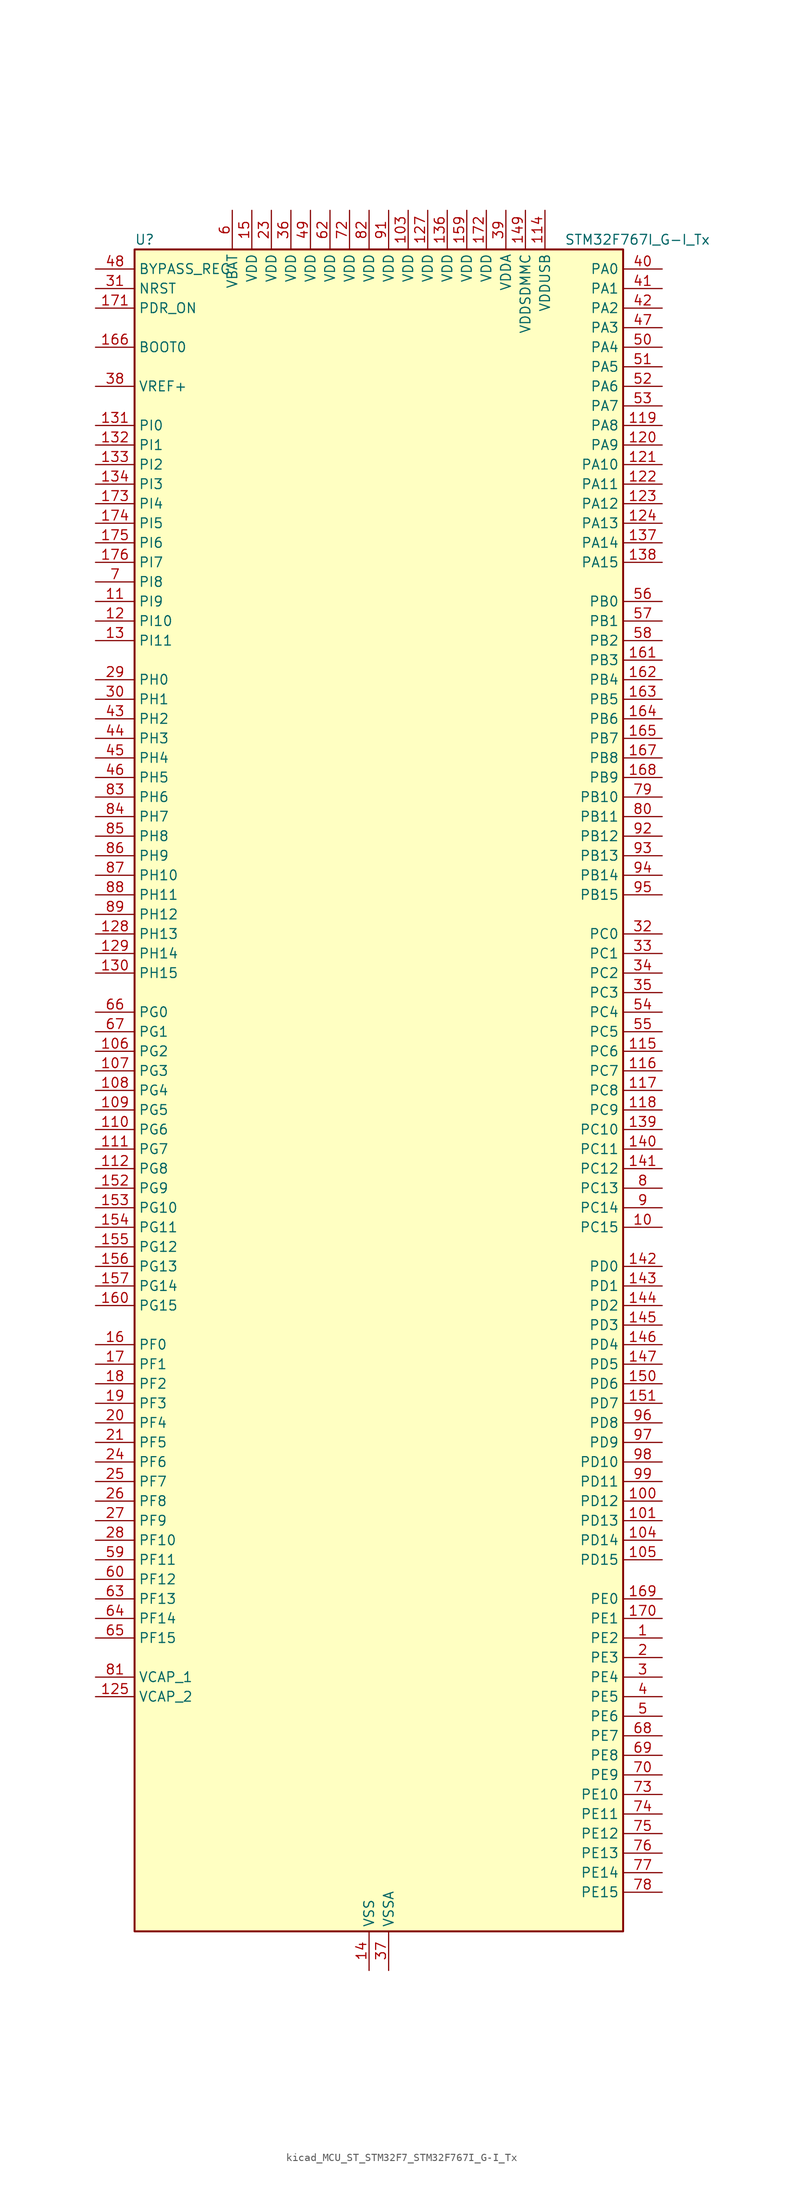
<source format=kicad_sym>
(kicad_symbol_lib
  (version 20220914)
  (generator kicad_symbol_editor)
  (symbol "kicad_MCU_ST_STM32F7_STM32F767I_G-I_Tx"
    (property "Reference" "U"
      (at -30.48 110.49 0)
      (effects (font (size 1.27 1.27)) (justify left)))
    (property "Value" "STM32F767I_G-I_Tx"
      (at 25.4 110.49 0)
      (effects (font (size 1.27 1.27)) (justify left)))
    (property "ki_locked" ""
      (at 0 0 0)
      (effects (font (size 1.27 1.27))))
    (symbol "kicad_MCU_ST_STM32F7_STM32F767I_G-I_Tx_0_1"
      (rectangle (start -30.48 -109.22) (end 33.02 109.22) (stroke (width 0.254) (type default)) (fill (type background))))
    (symbol "kicad_MCU_ST_STM32F7_STM32F767I_G-I_Tx_1_1"
      (pin bidirectional line (at 38.1 -71.12 180) (length 5.08) (name "PE2" (effects (font (size 1.27 1.27)))) (number "1" (effects (font (size 1.27 1.27)))) (alternate "ETH_TXD3" bidirectional line) (alternate "FMC_A23" bidirectional line) (alternate "QUADSPI_BK1_IO2" bidirectional line) (alternate "SAI1_MCLK_A" bidirectional line) (alternate "SPI4_SCK" bidirectional line) (alternate "SYS_TRACECLK" bidirectional line))
      (pin bidirectional line (at 38.1 -17.78 180) (length 5.08) (name "PC15" (effects (font (size 1.27 1.27)))) (number "10" (effects (font (size 1.27 1.27)))) (alternate "RCC_OSC32_OUT" bidirectional line))
      (pin bidirectional line (at 38.1 -53.34 180) (length 5.08) (name "PD12" (effects (font (size 1.27 1.27)))) (number "100" (effects (font (size 1.27 1.27)))) (alternate "FMC_A17" bidirectional line) (alternate "FMC_ALE" bidirectional line) (alternate "I2C4_SCL" bidirectional line) (alternate "LPTIM1_IN1" bidirectional line) (alternate "QUADSPI_BK1_IO1" bidirectional line) (alternate "SAI2_FS_A" bidirectional line) (alternate "TIM4_CH1" bidirectional line) (alternate "USART3_DE" bidirectional line) (alternate "USART3_RTS" bidirectional line))
      (pin bidirectional line (at 38.1 -55.88 180) (length 5.08) (name "PD13" (effects (font (size 1.27 1.27)))) (number "101" (effects (font (size 1.27 1.27)))) (alternate "FMC_A18" bidirectional line) (alternate "I2C4_SDA" bidirectional line) (alternate "LPTIM1_OUT" bidirectional line) (alternate "QUADSPI_BK1_IO3" bidirectional line) (alternate "SAI2_SCK_A" bidirectional line) (alternate "TIM4_CH2" bidirectional line))
      (pin passive line (at 0 -114.3 90) (length 5.08) hide (name "VSS" (effects (font (size 1.27 1.27)))) (number "102" (effects (font (size 1.27 1.27)))))
      (pin power_in line (at 5.08 114.3 270) (length 5.08) (name "VDD" (effects (font (size 1.27 1.27)))) (number "103" (effects (font (size 1.27 1.27)))))
      (pin bidirectional line (at 38.1 -58.42 180) (length 5.08) (name "PD14" (effects (font (size 1.27 1.27)))) (number "104" (effects (font (size 1.27 1.27)))) (alternate "FMC_D0" bidirectional line) (alternate "FMC_DA0" bidirectional line) (alternate "TIM4_CH3" bidirectional line) (alternate "UART8_CTS" bidirectional line))
      (pin bidirectional line (at 38.1 -60.96 180) (length 5.08) (name "PD15" (effects (font (size 1.27 1.27)))) (number "105" (effects (font (size 1.27 1.27)))) (alternate "FMC_D1" bidirectional line) (alternate "FMC_DA1" bidirectional line) (alternate "TIM4_CH4" bidirectional line) (alternate "UART8_DE" bidirectional line) (alternate "UART8_RTS" bidirectional line))
      (pin bidirectional line (at -35.56 5.08 0) (length 5.08) (name "PG2" (effects (font (size 1.27 1.27)))) (number "106" (effects (font (size 1.27 1.27)))) (alternate "FMC_A12" bidirectional line))
      (pin bidirectional line (at -35.56 2.54 0) (length 5.08) (name "PG3" (effects (font (size 1.27 1.27)))) (number "107" (effects (font (size 1.27 1.27)))) (alternate "FMC_A13" bidirectional line))
      (pin bidirectional line (at -35.56 0 0) (length 5.08) (name "PG4" (effects (font (size 1.27 1.27)))) (number "108" (effects (font (size 1.27 1.27)))) (alternate "FMC_A14" bidirectional line) (alternate "FMC_BA0" bidirectional line))
      (pin bidirectional line (at -35.56 -2.54 0) (length 5.08) (name "PG5" (effects (font (size 1.27 1.27)))) (number "109" (effects (font (size 1.27 1.27)))) (alternate "FMC_A15" bidirectional line) (alternate "FMC_BA1" bidirectional line))
      (pin bidirectional line (at -35.56 63.5 0) (length 5.08) (name "PI9" (effects (font (size 1.27 1.27)))) (number "11" (effects (font (size 1.27 1.27)))) (alternate "CAN1_RX" bidirectional line) (alternate "DAC_EXTI9" bidirectional line) (alternate "FMC_D30" bidirectional line) (alternate "LTDC_VSYNC" bidirectional line) (alternate "UART4_RX" bidirectional line))
      (pin bidirectional line (at -35.56 -5.08 0) (length 5.08) (name "PG6" (effects (font (size 1.27 1.27)))) (number "110" (effects (font (size 1.27 1.27)))) (alternate "DCMI_D12" bidirectional line) (alternate "FMC_NE3" bidirectional line) (alternate "LTDC_R7" bidirectional line))
      (pin bidirectional line (at -35.56 -7.62 0) (length 5.08) (name "PG7" (effects (font (size 1.27 1.27)))) (number "111" (effects (font (size 1.27 1.27)))) (alternate "DCMI_D13" bidirectional line) (alternate "FMC_INT" bidirectional line) (alternate "LTDC_CLK" bidirectional line) (alternate "SAI1_MCLK_A" bidirectional line) (alternate "USART6_CK" bidirectional line))
      (pin bidirectional line (at -35.56 -10.16 0) (length 5.08) (name "PG8" (effects (font (size 1.27 1.27)))) (number "112" (effects (font (size 1.27 1.27)))) (alternate "ETH_PPS_OUT" bidirectional line) (alternate "FMC_SDCLK" bidirectional line) (alternate "LTDC_G7" bidirectional line) (alternate "SPDIFRX_IN2" bidirectional line) (alternate "SPI6_NSS" bidirectional line) (alternate "USART6_DE" bidirectional line) (alternate "USART6_RTS" bidirectional line))
      (pin passive line (at 0 -114.3 90) (length 5.08) hide (name "VSS" (effects (font (size 1.27 1.27)))) (number "113" (effects (font (size 1.27 1.27)))))
      (pin power_in line (at 22.86 114.3 270) (length 5.08) (name "VDDUSB" (effects (font (size 1.27 1.27)))) (number "114" (effects (font (size 1.27 1.27)))))
      (pin bidirectional line (at 38.1 5.08 180) (length 5.08) (name "PC6" (effects (font (size 1.27 1.27)))) (number "115" (effects (font (size 1.27 1.27)))) (alternate "DCMI_D0" bidirectional line) (alternate "DFSDM1_CKIN3" bidirectional line) (alternate "FMC_NWAIT" bidirectional line) (alternate "I2S2_MCK" bidirectional line) (alternate "LTDC_HSYNC" bidirectional line) (alternate "SDMMC1_D6" bidirectional line) (alternate "SDMMC2_D6" bidirectional line) (alternate "TIM3_CH1" bidirectional line) (alternate "TIM8_CH1" bidirectional line) (alternate "USART6_TX" bidirectional line))
      (pin bidirectional line (at 38.1 2.54 180) (length 5.08) (name "PC7" (effects (font (size 1.27 1.27)))) (number "116" (effects (font (size 1.27 1.27)))) (alternate "DCMI_D1" bidirectional line) (alternate "DFSDM1_DATIN3" bidirectional line) (alternate "FMC_NE1" bidirectional line) (alternate "I2S3_MCK" bidirectional line) (alternate "LTDC_G6" bidirectional line) (alternate "SDMMC1_D7" bidirectional line) (alternate "SDMMC2_D7" bidirectional line) (alternate "TIM3_CH2" bidirectional line) (alternate "TIM8_CH2" bidirectional line) (alternate "USART6_RX" bidirectional line))
      (pin bidirectional line (at 38.1 0 180) (length 5.08) (name "PC8" (effects (font (size 1.27 1.27)))) (number "117" (effects (font (size 1.27 1.27)))) (alternate "DCMI_D2" bidirectional line) (alternate "FMC_NCE" bidirectional line) (alternate "FMC_NE2" bidirectional line) (alternate "SDMMC1_D0" bidirectional line) (alternate "SYS_TRACED1" bidirectional line) (alternate "TIM3_CH3" bidirectional line) (alternate "TIM8_CH3" bidirectional line) (alternate "UART5_DE" bidirectional line) (alternate "UART5_RTS" bidirectional line) (alternate "USART6_CK" bidirectional line))
      (pin bidirectional line (at 38.1 -2.54 180) (length 5.08) (name "PC9" (effects (font (size 1.27 1.27)))) (number "118" (effects (font (size 1.27 1.27)))) (alternate "DAC_EXTI9" bidirectional line) (alternate "DCMI_D3" bidirectional line) (alternate "I2C3_SDA" bidirectional line) (alternate "I2S_CKIN" bidirectional line) (alternate "LTDC_B2" bidirectional line) (alternate "LTDC_G3" bidirectional line) (alternate "QUADSPI_BK1_IO0" bidirectional line) (alternate "RCC_MCO_2" bidirectional line) (alternate "SDMMC1_D1" bidirectional line) (alternate "TIM3_CH4" bidirectional line) (alternate "TIM8_CH4" bidirectional line) (alternate "UART5_CTS" bidirectional line))
      (pin bidirectional line (at 38.1 86.36 180) (length 5.08) (name "PA8" (effects (font (size 1.27 1.27)))) (number "119" (effects (font (size 1.27 1.27)))) (alternate "CAN3_RX" bidirectional line) (alternate "I2C3_SCL" bidirectional line) (alternate "LTDC_B3" bidirectional line) (alternate "LTDC_R6" bidirectional line) (alternate "RCC_MCO_1" bidirectional line) (alternate "TIM1_CH1" bidirectional line) (alternate "TIM8_BKIN2" bidirectional line) (alternate "UART7_RX" bidirectional line) (alternate "USART1_CK" bidirectional line) (alternate "USB_OTG_FS_SOF" bidirectional line))
      (pin bidirectional line (at -35.56 60.96 0) (length 5.08) (name "PI10" (effects (font (size 1.27 1.27)))) (number "12" (effects (font (size 1.27 1.27)))) (alternate "ETH_RX_ER" bidirectional line) (alternate "FMC_D31" bidirectional line) (alternate "LTDC_HSYNC" bidirectional line))
      (pin bidirectional line (at 38.1 83.82 180) (length 5.08) (name "PA9" (effects (font (size 1.27 1.27)))) (number "120" (effects (font (size 1.27 1.27)))) (alternate "DAC_EXTI9" bidirectional line) (alternate "DCMI_D0" bidirectional line) (alternate "I2C3_SMBA" bidirectional line) (alternate "I2S2_CK" bidirectional line) (alternate "LTDC_R5" bidirectional line) (alternate "SPI2_SCK" bidirectional line) (alternate "TIM1_CH2" bidirectional line) (alternate "USART1_TX" bidirectional line) (alternate "USB_OTG_FS_VBUS" bidirectional line))
      (pin bidirectional line (at 38.1 81.28 180) (length 5.08) (name "PA10" (effects (font (size 1.27 1.27)))) (number "121" (effects (font (size 1.27 1.27)))) (alternate "DCMI_D1" bidirectional line) (alternate "LTDC_B1" bidirectional line) (alternate "LTDC_B4" bidirectional line) (alternate "MDIOS_MDIO" bidirectional line) (alternate "TIM1_CH3" bidirectional line) (alternate "USART1_RX" bidirectional line) (alternate "USB_OTG_FS_ID" bidirectional line))
      (pin bidirectional line (at 38.1 78.74 180) (length 5.08) (name "PA11" (effects (font (size 1.27 1.27)))) (number "122" (effects (font (size 1.27 1.27)))) (alternate "ADC1_EXTI11" bidirectional line) (alternate "ADC2_EXTI11" bidirectional line) (alternate "ADC3_EXTI11" bidirectional line) (alternate "CAN1_RX" bidirectional line) (alternate "I2S2_WS" bidirectional line) (alternate "LTDC_R4" bidirectional line) (alternate "SPI2_NSS" bidirectional line) (alternate "TIM1_CH4" bidirectional line) (alternate "UART4_RX" bidirectional line) (alternate "USART1_CTS" bidirectional line) (alternate "USB_OTG_FS_DM" bidirectional line))
      (pin bidirectional line (at 38.1 76.2 180) (length 5.08) (name "PA12" (effects (font (size 1.27 1.27)))) (number "123" (effects (font (size 1.27 1.27)))) (alternate "CAN1_TX" bidirectional line) (alternate "I2S2_CK" bidirectional line) (alternate "LTDC_R5" bidirectional line) (alternate "SAI2_FS_B" bidirectional line) (alternate "SPI2_SCK" bidirectional line) (alternate "TIM1_ETR" bidirectional line) (alternate "UART4_TX" bidirectional line) (alternate "USART1_DE" bidirectional line) (alternate "USART1_RTS" bidirectional line) (alternate "USB_OTG_FS_DP" bidirectional line))
      (pin bidirectional line (at 38.1 73.66 180) (length 5.08) (name "PA13" (effects (font (size 1.27 1.27)))) (number "124" (effects (font (size 1.27 1.27)))) (alternate "SYS_JTMS-SWDIO" bidirectional line))
      (pin power_out line (at -35.56 -78.74 0) (length 5.08) (name "VCAP_2" (effects (font (size 1.27 1.27)))) (number "125" (effects (font (size 1.27 1.27)))))
      (pin passive line (at 0 -114.3 90) (length 5.08) hide (name "VSS" (effects (font (size 1.27 1.27)))) (number "126" (effects (font (size 1.27 1.27)))))
      (pin power_in line (at 7.62 114.3 270) (length 5.08) (name "VDD" (effects (font (size 1.27 1.27)))) (number "127" (effects (font (size 1.27 1.27)))))
      (pin bidirectional line (at -35.56 20.32 0) (length 5.08) (name "PH13" (effects (font (size 1.27 1.27)))) (number "128" (effects (font (size 1.27 1.27)))) (alternate "CAN1_TX" bidirectional line) (alternate "FMC_D21" bidirectional line) (alternate "LTDC_G2" bidirectional line) (alternate "TIM8_CH1N" bidirectional line) (alternate "UART4_TX" bidirectional line))
      (pin bidirectional line (at -35.56 17.78 0) (length 5.08) (name "PH14" (effects (font (size 1.27 1.27)))) (number "129" (effects (font (size 1.27 1.27)))) (alternate "CAN1_RX" bidirectional line) (alternate "DCMI_D4" bidirectional line) (alternate "FMC_D22" bidirectional line) (alternate "LTDC_G3" bidirectional line) (alternate "TIM8_CH2N" bidirectional line) (alternate "UART4_RX" bidirectional line))
      (pin bidirectional line (at -35.56 58.42 0) (length 5.08) (name "PI11" (effects (font (size 1.27 1.27)))) (number "13" (effects (font (size 1.27 1.27)))) (alternate "ADC1_EXTI11" bidirectional line) (alternate "ADC2_EXTI11" bidirectional line) (alternate "ADC3_EXTI11" bidirectional line) (alternate "LTDC_G6" bidirectional line) (alternate "SYS_WKUP6" bidirectional line) (alternate "USB_OTG_HS_ULPI_DIR" bidirectional line))
      (pin bidirectional line (at -35.56 15.24 0) (length 5.08) (name "PH15" (effects (font (size 1.27 1.27)))) (number "130" (effects (font (size 1.27 1.27)))) (alternate "DCMI_D11" bidirectional line) (alternate "FMC_D23" bidirectional line) (alternate "LTDC_G4" bidirectional line) (alternate "TIM8_CH3N" bidirectional line))
      (pin bidirectional line (at -35.56 86.36 0) (length 5.08) (name "PI0" (effects (font (size 1.27 1.27)))) (number "131" (effects (font (size 1.27 1.27)))) (alternate "DCMI_D13" bidirectional line) (alternate "FMC_D24" bidirectional line) (alternate "I2S2_WS" bidirectional line) (alternate "LTDC_G5" bidirectional line) (alternate "SPI2_NSS" bidirectional line) (alternate "TIM5_CH4" bidirectional line))
      (pin bidirectional line (at -35.56 83.82 0) (length 5.08) (name "PI1" (effects (font (size 1.27 1.27)))) (number "132" (effects (font (size 1.27 1.27)))) (alternate "DCMI_D8" bidirectional line) (alternate "FMC_D25" bidirectional line) (alternate "I2S2_CK" bidirectional line) (alternate "LTDC_G6" bidirectional line) (alternate "SPI2_SCK" bidirectional line) (alternate "TIM8_BKIN2" bidirectional line))
      (pin bidirectional line (at -35.56 81.28 0) (length 5.08) (name "PI2" (effects (font (size 1.27 1.27)))) (number "133" (effects (font (size 1.27 1.27)))) (alternate "DCMI_D9" bidirectional line) (alternate "FMC_D26" bidirectional line) (alternate "LTDC_G7" bidirectional line) (alternate "SPI2_MISO" bidirectional line) (alternate "TIM8_CH4" bidirectional line))
      (pin bidirectional line (at -35.56 78.74 0) (length 5.08) (name "PI3" (effects (font (size 1.27 1.27)))) (number "134" (effects (font (size 1.27 1.27)))) (alternate "DCMI_D10" bidirectional line) (alternate "FMC_D27" bidirectional line) (alternate "I2S2_SD" bidirectional line) (alternate "SPI2_MOSI" bidirectional line) (alternate "TIM8_ETR" bidirectional line))
      (pin passive line (at 0 -114.3 90) (length 5.08) hide (name "VSS" (effects (font (size 1.27 1.27)))) (number "135" (effects (font (size 1.27 1.27)))))
      (pin power_in line (at 10.16 114.3 270) (length 5.08) (name "VDD" (effects (font (size 1.27 1.27)))) (number "136" (effects (font (size 1.27 1.27)))))
      (pin bidirectional line (at 38.1 71.12 180) (length 5.08) (name "PA14" (effects (font (size 1.27 1.27)))) (number "137" (effects (font (size 1.27 1.27)))) (alternate "SYS_JTCK-SWCLK" bidirectional line))
      (pin bidirectional line (at 38.1 68.58 180) (length 5.08) (name "PA15" (effects (font (size 1.27 1.27)))) (number "138" (effects (font (size 1.27 1.27)))) (alternate "CAN3_TX" bidirectional line) (alternate "CEC" bidirectional line) (alternate "I2S1_WS" bidirectional line) (alternate "I2S3_WS" bidirectional line) (alternate "SPI1_NSS" bidirectional line) (alternate "SPI3_NSS" bidirectional line) (alternate "SPI6_NSS" bidirectional line) (alternate "SYS_JTDI" bidirectional line) (alternate "TIM2_CH1" bidirectional line) (alternate "TIM2_ETR" bidirectional line) (alternate "UART4_DE" bidirectional line) (alternate "UART4_RTS" bidirectional line) (alternate "UART7_TX" bidirectional line))
      (pin bidirectional line (at 38.1 -5.08 180) (length 5.08) (name "PC10" (effects (font (size 1.27 1.27)))) (number "139" (effects (font (size 1.27 1.27)))) (alternate "DCMI_D8" bidirectional line) (alternate "DFSDM1_CKIN5" bidirectional line) (alternate "I2S3_CK" bidirectional line) (alternate "LTDC_R2" bidirectional line) (alternate "QUADSPI_BK1_IO1" bidirectional line) (alternate "SDMMC1_D2" bidirectional line) (alternate "SPI3_SCK" bidirectional line) (alternate "UART4_TX" bidirectional line) (alternate "USART3_TX" bidirectional line))
      (pin power_in line (at 0 -114.3 90) (length 5.08) (name "VSS" (effects (font (size 1.27 1.27)))) (number "14" (effects (font (size 1.27 1.27)))))
      (pin bidirectional line (at 38.1 -7.62 180) (length 5.08) (name "PC11" (effects (font (size 1.27 1.27)))) (number "140" (effects (font (size 1.27 1.27)))) (alternate "ADC1_EXTI11" bidirectional line) (alternate "ADC2_EXTI11" bidirectional line) (alternate "ADC3_EXTI11" bidirectional line) (alternate "DCMI_D4" bidirectional line) (alternate "DFSDM1_DATIN5" bidirectional line) (alternate "QUADSPI_BK2_NCS" bidirectional line) (alternate "SDMMC1_D3" bidirectional line) (alternate "SPI3_MISO" bidirectional line) (alternate "UART4_RX" bidirectional line) (alternate "USART3_RX" bidirectional line))
      (pin bidirectional line (at 38.1 -10.16 180) (length 5.08) (name "PC12" (effects (font (size 1.27 1.27)))) (number "141" (effects (font (size 1.27 1.27)))) (alternate "DCMI_D9" bidirectional line) (alternate "I2S3_SD" bidirectional line) (alternate "SDMMC1_CK" bidirectional line) (alternate "SPI3_MOSI" bidirectional line) (alternate "SYS_TRACED3" bidirectional line) (alternate "UART5_TX" bidirectional line) (alternate "USART3_CK" bidirectional line))
      (pin bidirectional line (at 38.1 -22.86 180) (length 5.08) (name "PD0" (effects (font (size 1.27 1.27)))) (number "142" (effects (font (size 1.27 1.27)))) (alternate "CAN1_RX" bidirectional line) (alternate "DFSDM1_CKIN6" bidirectional line) (alternate "DFSDM1_DATIN7" bidirectional line) (alternate "FMC_D2" bidirectional line) (alternate "FMC_DA2" bidirectional line) (alternate "UART4_RX" bidirectional line))
      (pin bidirectional line (at 38.1 -25.4 180) (length 5.08) (name "PD1" (effects (font (size 1.27 1.27)))) (number "143" (effects (font (size 1.27 1.27)))) (alternate "CAN1_TX" bidirectional line) (alternate "DFSDM1_CKIN7" bidirectional line) (alternate "DFSDM1_DATIN6" bidirectional line) (alternate "FMC_D3" bidirectional line) (alternate "FMC_DA3" bidirectional line) (alternate "UART4_TX" bidirectional line))
      (pin bidirectional line (at 38.1 -27.94 180) (length 5.08) (name "PD2" (effects (font (size 1.27 1.27)))) (number "144" (effects (font (size 1.27 1.27)))) (alternate "DCMI_D11" bidirectional line) (alternate "SDMMC1_CMD" bidirectional line) (alternate "SYS_TRACED2" bidirectional line) (alternate "TIM3_ETR" bidirectional line) (alternate "UART5_RX" bidirectional line))
      (pin bidirectional line (at 38.1 -30.48 180) (length 5.08) (name "PD3" (effects (font (size 1.27 1.27)))) (number "145" (effects (font (size 1.27 1.27)))) (alternate "DCMI_D5" bidirectional line) (alternate "DFSDM1_CKOUT" bidirectional line) (alternate "DFSDM1_DATIN0" bidirectional line) (alternate "FMC_CLK" bidirectional line) (alternate "I2S2_CK" bidirectional line) (alternate "LTDC_G7" bidirectional line) (alternate "SPI2_SCK" bidirectional line) (alternate "USART2_CTS" bidirectional line))
      (pin bidirectional line (at 38.1 -33.02 180) (length 5.08) (name "PD4" (effects (font (size 1.27 1.27)))) (number "146" (effects (font (size 1.27 1.27)))) (alternate "DFSDM1_CKIN0" bidirectional line) (alternate "FMC_NOE" bidirectional line) (alternate "USART2_DE" bidirectional line) (alternate "USART2_RTS" bidirectional line))
      (pin bidirectional line (at 38.1 -35.56 180) (length 5.08) (name "PD5" (effects (font (size 1.27 1.27)))) (number "147" (effects (font (size 1.27 1.27)))) (alternate "FMC_NWE" bidirectional line) (alternate "USART2_TX" bidirectional line))
      (pin passive line (at 0 -114.3 90) (length 5.08) hide (name "VSS" (effects (font (size 1.27 1.27)))) (number "148" (effects (font (size 1.27 1.27)))))
      (pin power_in line (at 20.32 114.3 270) (length 5.08) (name "VDDSDMMC" (effects (font (size 1.27 1.27)))) (number "149" (effects (font (size 1.27 1.27)))))
      (pin power_in line (at -15.24 114.3 270) (length 5.08) (name "VDD" (effects (font (size 1.27 1.27)))) (number "15" (effects (font (size 1.27 1.27)))))
      (pin bidirectional line (at 38.1 -38.1 180) (length 5.08) (name "PD6" (effects (font (size 1.27 1.27)))) (number "150" (effects (font (size 1.27 1.27)))) (alternate "DCMI_D10" bidirectional line) (alternate "DFSDM1_CKIN4" bidirectional line) (alternate "DFSDM1_DATIN1" bidirectional line) (alternate "FMC_NWAIT" bidirectional line) (alternate "I2S3_SD" bidirectional line) (alternate "LTDC_B2" bidirectional line) (alternate "SAI1_SD_A" bidirectional line) (alternate "SDMMC2_CK" bidirectional line) (alternate "SPI3_MOSI" bidirectional line) (alternate "USART2_RX" bidirectional line))
      (pin bidirectional line (at 38.1 -40.64 180) (length 5.08) (name "PD7" (effects (font (size 1.27 1.27)))) (number "151" (effects (font (size 1.27 1.27)))) (alternate "DFSDM1_CKIN1" bidirectional line) (alternate "DFSDM1_DATIN4" bidirectional line) (alternate "FMC_NE1" bidirectional line) (alternate "I2S1_SD" bidirectional line) (alternate "SDMMC2_CMD" bidirectional line) (alternate "SPDIFRX_IN0" bidirectional line) (alternate "SPI1_MOSI" bidirectional line) (alternate "USART2_CK" bidirectional line))
      (pin bidirectional line (at -35.56 -12.7 0) (length 5.08) (name "PG9" (effects (font (size 1.27 1.27)))) (number "152" (effects (font (size 1.27 1.27)))) (alternate "DAC_EXTI9" bidirectional line) (alternate "DCMI_VSYNC" bidirectional line) (alternate "FMC_NCE" bidirectional line) (alternate "FMC_NE2" bidirectional line) (alternate "QUADSPI_BK2_IO2" bidirectional line) (alternate "SAI2_FS_B" bidirectional line) (alternate "SDMMC2_D0" bidirectional line) (alternate "SPDIFRX_IN3" bidirectional line) (alternate "SPI1_MISO" bidirectional line) (alternate "USART6_RX" bidirectional line))
      (pin bidirectional line (at -35.56 -15.24 0) (length 5.08) (name "PG10" (effects (font (size 1.27 1.27)))) (number "153" (effects (font (size 1.27 1.27)))) (alternate "DCMI_D2" bidirectional line) (alternate "FMC_NE3" bidirectional line) (alternate "I2S1_WS" bidirectional line) (alternate "LTDC_B2" bidirectional line) (alternate "LTDC_G3" bidirectional line) (alternate "SAI2_SD_B" bidirectional line) (alternate "SDMMC2_D1" bidirectional line) (alternate "SPI1_NSS" bidirectional line))
      (pin bidirectional line (at -35.56 -17.78 0) (length 5.08) (name "PG11" (effects (font (size 1.27 1.27)))) (number "154" (effects (font (size 1.27 1.27)))) (alternate "ADC1_EXTI11" bidirectional line) (alternate "ADC2_EXTI11" bidirectional line) (alternate "ADC3_EXTI11" bidirectional line) (alternate "DCMI_D3" bidirectional line) (alternate "ETH_TX_EN" bidirectional line) (alternate "I2S1_CK" bidirectional line) (alternate "LTDC_B3" bidirectional line) (alternate "SDMMC2_D2" bidirectional line) (alternate "SPDIFRX_IN0" bidirectional line) (alternate "SPI1_SCK" bidirectional line))
      (pin bidirectional line (at -35.56 -20.32 0) (length 5.08) (name "PG12" (effects (font (size 1.27 1.27)))) (number "155" (effects (font (size 1.27 1.27)))) (alternate "FMC_NE4" bidirectional line) (alternate "LPTIM1_IN1" bidirectional line) (alternate "LTDC_B1" bidirectional line) (alternate "LTDC_B4" bidirectional line) (alternate "SDMMC2_D3" bidirectional line) (alternate "SPDIFRX_IN1" bidirectional line) (alternate "SPI6_MISO" bidirectional line) (alternate "USART6_DE" bidirectional line) (alternate "USART6_RTS" bidirectional line))
      (pin bidirectional line (at -35.56 -22.86 0) (length 5.08) (name "PG13" (effects (font (size 1.27 1.27)))) (number "156" (effects (font (size 1.27 1.27)))) (alternate "ETH_TXD0" bidirectional line) (alternate "FMC_A24" bidirectional line) (alternate "LPTIM1_OUT" bidirectional line) (alternate "LTDC_R0" bidirectional line) (alternate "SPI6_SCK" bidirectional line) (alternate "SYS_TRACED0" bidirectional line) (alternate "USART6_CTS" bidirectional line))
      (pin bidirectional line (at -35.56 -25.4 0) (length 5.08) (name "PG14" (effects (font (size 1.27 1.27)))) (number "157" (effects (font (size 1.27 1.27)))) (alternate "ETH_TXD1" bidirectional line) (alternate "FMC_A25" bidirectional line) (alternate "LPTIM1_ETR" bidirectional line) (alternate "LTDC_B0" bidirectional line) (alternate "QUADSPI_BK2_IO3" bidirectional line) (alternate "SPI6_MOSI" bidirectional line) (alternate "SYS_TRACED1" bidirectional line) (alternate "USART6_TX" bidirectional line))
      (pin passive line (at 0 -114.3 90) (length 5.08) hide (name "VSS" (effects (font (size 1.27 1.27)))) (number "158" (effects (font (size 1.27 1.27)))))
      (pin power_in line (at 12.7 114.3 270) (length 5.08) (name "VDD" (effects (font (size 1.27 1.27)))) (number "159" (effects (font (size 1.27 1.27)))))
      (pin bidirectional line (at -35.56 -33.02 0) (length 5.08) (name "PF0" (effects (font (size 1.27 1.27)))) (number "16" (effects (font (size 1.27 1.27)))) (alternate "FMC_A0" bidirectional line) (alternate "I2C2_SDA" bidirectional line))
      (pin bidirectional line (at -35.56 -27.94 0) (length 5.08) (name "PG15" (effects (font (size 1.27 1.27)))) (number "160" (effects (font (size 1.27 1.27)))) (alternate "DCMI_D13" bidirectional line) (alternate "FMC_SDNCAS" bidirectional line) (alternate "USART6_CTS" bidirectional line))
      (pin bidirectional line (at 38.1 55.88 180) (length 5.08) (name "PB3" (effects (font (size 1.27 1.27)))) (number "161" (effects (font (size 1.27 1.27)))) (alternate "CAN3_RX" bidirectional line) (alternate "I2S1_CK" bidirectional line) (alternate "I2S3_CK" bidirectional line) (alternate "SDMMC2_D2" bidirectional line) (alternate "SPI1_SCK" bidirectional line) (alternate "SPI3_SCK" bidirectional line) (alternate "SPI6_SCK" bidirectional line) (alternate "SYS_JTDO-SWO" bidirectional line) (alternate "TIM2_CH2" bidirectional line) (alternate "UART7_RX" bidirectional line))
      (pin bidirectional line (at 38.1 53.34 180) (length 5.08) (name "PB4" (effects (font (size 1.27 1.27)))) (number "162" (effects (font (size 1.27 1.27)))) (alternate "CAN3_TX" bidirectional line) (alternate "I2S2_WS" bidirectional line) (alternate "SDMMC2_D3" bidirectional line) (alternate "SPI1_MISO" bidirectional line) (alternate "SPI2_NSS" bidirectional line) (alternate "SPI3_MISO" bidirectional line) (alternate "SPI6_MISO" bidirectional line) (alternate "SYS_JTRST" bidirectional line) (alternate "TIM3_CH1" bidirectional line) (alternate "UART7_TX" bidirectional line))
      (pin bidirectional line (at 38.1 50.8 180) (length 5.08) (name "PB5" (effects (font (size 1.27 1.27)))) (number "163" (effects (font (size 1.27 1.27)))) (alternate "CAN2_RX" bidirectional line) (alternate "DCMI_D10" bidirectional line) (alternate "ETH_PPS_OUT" bidirectional line) (alternate "FMC_SDCKE1" bidirectional line) (alternate "I2C1_SMBA" bidirectional line) (alternate "I2S1_SD" bidirectional line) (alternate "I2S3_SD" bidirectional line) (alternate "LTDC_G7" bidirectional line) (alternate "SPI1_MOSI" bidirectional line) (alternate "SPI3_MOSI" bidirectional line) (alternate "SPI6_MOSI" bidirectional line) (alternate "TIM3_CH2" bidirectional line) (alternate "UART5_RX" bidirectional line) (alternate "USB_OTG_HS_ULPI_D7" bidirectional line))
      (pin bidirectional line (at 38.1 48.26 180) (length 5.08) (name "PB6" (effects (font (size 1.27 1.27)))) (number "164" (effects (font (size 1.27 1.27)))) (alternate "CAN2_TX" bidirectional line) (alternate "CEC" bidirectional line) (alternate "DCMI_D5" bidirectional line) (alternate "DFSDM1_DATIN5" bidirectional line) (alternate "FMC_SDNE1" bidirectional line) (alternate "I2C1_SCL" bidirectional line) (alternate "I2C4_SCL" bidirectional line) (alternate "QUADSPI_BK1_NCS" bidirectional line) (alternate "TIM4_CH1" bidirectional line) (alternate "UART5_TX" bidirectional line) (alternate "USART1_TX" bidirectional line))
      (pin bidirectional line (at 38.1 45.72 180) (length 5.08) (name "PB7" (effects (font (size 1.27 1.27)))) (number "165" (effects (font (size 1.27 1.27)))) (alternate "DCMI_VSYNC" bidirectional line) (alternate "DFSDM1_CKIN5" bidirectional line) (alternate "FMC_NL" bidirectional line) (alternate "I2C1_SDA" bidirectional line) (alternate "I2C4_SDA" bidirectional line) (alternate "TIM4_CH2" bidirectional line) (alternate "USART1_RX" bidirectional line))
      (pin input line (at -35.56 96.52 0) (length 5.08) (name "BOOT0" (effects (font (size 1.27 1.27)))) (number "166" (effects (font (size 1.27 1.27)))))
      (pin bidirectional line (at 38.1 43.18 180) (length 5.08) (name "PB8" (effects (font (size 1.27 1.27)))) (number "167" (effects (font (size 1.27 1.27)))) (alternate "CAN1_RX" bidirectional line) (alternate "DCMI_D6" bidirectional line) (alternate "DFSDM1_CKIN7" bidirectional line) (alternate "ETH_TXD3" bidirectional line) (alternate "I2C1_SCL" bidirectional line) (alternate "I2C4_SCL" bidirectional line) (alternate "LTDC_B6" bidirectional line) (alternate "SDMMC1_D4" bidirectional line) (alternate "SDMMC2_D4" bidirectional line) (alternate "TIM10_CH1" bidirectional line) (alternate "TIM4_CH3" bidirectional line) (alternate "UART5_RX" bidirectional line))
      (pin bidirectional line (at 38.1 40.64 180) (length 5.08) (name "PB9" (effects (font (size 1.27 1.27)))) (number "168" (effects (font (size 1.27 1.27)))) (alternate "CAN1_TX" bidirectional line) (alternate "DAC_EXTI9" bidirectional line) (alternate "DCMI_D7" bidirectional line) (alternate "DFSDM1_DATIN7" bidirectional line) (alternate "I2C1_SDA" bidirectional line) (alternate "I2C4_SDA" bidirectional line) (alternate "I2C4_SMBA" bidirectional line) (alternate "I2S2_WS" bidirectional line) (alternate "LTDC_B7" bidirectional line) (alternate "SDMMC1_D5" bidirectional line) (alternate "SDMMC2_D5" bidirectional line) (alternate "SPI2_NSS" bidirectional line) (alternate "TIM11_CH1" bidirectional line) (alternate "TIM4_CH4" bidirectional line) (alternate "UART5_TX" bidirectional line))
      (pin bidirectional line (at 38.1 -66.04 180) (length 5.08) (name "PE0" (effects (font (size 1.27 1.27)))) (number "169" (effects (font (size 1.27 1.27)))) (alternate "DCMI_D2" bidirectional line) (alternate "FMC_NBL0" bidirectional line) (alternate "LPTIM1_ETR" bidirectional line) (alternate "SAI2_MCLK_A" bidirectional line) (alternate "TIM4_ETR" bidirectional line) (alternate "UART8_RX" bidirectional line))
      (pin bidirectional line (at -35.56 -35.56 0) (length 5.08) (name "PF1" (effects (font (size 1.27 1.27)))) (number "17" (effects (font (size 1.27 1.27)))) (alternate "FMC_A1" bidirectional line) (alternate "I2C2_SCL" bidirectional line))
      (pin bidirectional line (at 38.1 -68.58 180) (length 5.08) (name "PE1" (effects (font (size 1.27 1.27)))) (number "170" (effects (font (size 1.27 1.27)))) (alternate "DCMI_D3" bidirectional line) (alternate "FMC_NBL1" bidirectional line) (alternate "LPTIM1_IN2" bidirectional line) (alternate "UART8_TX" bidirectional line))
      (pin input line (at -35.56 101.6 0) (length 5.08) (name "PDR_ON" (effects (font (size 1.27 1.27)))) (number "171" (effects (font (size 1.27 1.27)))))
      (pin power_in line (at 15.24 114.3 270) (length 5.08) (name "VDD" (effects (font (size 1.27 1.27)))) (number "172" (effects (font (size 1.27 1.27)))))
      (pin bidirectional line (at -35.56 76.2 0) (length 5.08) (name "PI4" (effects (font (size 1.27 1.27)))) (number "173" (effects (font (size 1.27 1.27)))) (alternate "DCMI_D5" bidirectional line) (alternate "FMC_NBL2" bidirectional line) (alternate "LTDC_B4" bidirectional line) (alternate "SAI2_MCLK_A" bidirectional line) (alternate "TIM8_BKIN" bidirectional line))
      (pin bidirectional line (at -35.56 73.66 0) (length 5.08) (name "PI5" (effects (font (size 1.27 1.27)))) (number "174" (effects (font (size 1.27 1.27)))) (alternate "DCMI_VSYNC" bidirectional line) (alternate "FMC_NBL3" bidirectional line) (alternate "LTDC_B5" bidirectional line) (alternate "SAI2_SCK_A" bidirectional line) (alternate "TIM8_CH1" bidirectional line))
      (pin bidirectional line (at -35.56 71.12 0) (length 5.08) (name "PI6" (effects (font (size 1.27 1.27)))) (number "175" (effects (font (size 1.27 1.27)))) (alternate "DCMI_D6" bidirectional line) (alternate "FMC_D28" bidirectional line) (alternate "LTDC_B6" bidirectional line) (alternate "SAI2_SD_A" bidirectional line) (alternate "TIM8_CH2" bidirectional line))
      (pin bidirectional line (at -35.56 68.58 0) (length 5.08) (name "PI7" (effects (font (size 1.27 1.27)))) (number "176" (effects (font (size 1.27 1.27)))) (alternate "DCMI_D7" bidirectional line) (alternate "FMC_D29" bidirectional line) (alternate "LTDC_B7" bidirectional line) (alternate "SAI2_FS_A" bidirectional line) (alternate "TIM8_CH3" bidirectional line))
      (pin bidirectional line (at -35.56 -38.1 0) (length 5.08) (name "PF2" (effects (font (size 1.27 1.27)))) (number "18" (effects (font (size 1.27 1.27)))) (alternate "FMC_A2" bidirectional line) (alternate "I2C2_SMBA" bidirectional line))
      (pin bidirectional line (at -35.56 -40.64 0) (length 5.08) (name "PF3" (effects (font (size 1.27 1.27)))) (number "19" (effects (font (size 1.27 1.27)))) (alternate "ADC3_IN9" bidirectional line) (alternate "FMC_A3" bidirectional line))
      (pin bidirectional line (at 38.1 -73.66 180) (length 5.08) (name "PE3" (effects (font (size 1.27 1.27)))) (number "2" (effects (font (size 1.27 1.27)))) (alternate "FMC_A19" bidirectional line) (alternate "SAI1_SD_B" bidirectional line) (alternate "SYS_TRACED0" bidirectional line))
      (pin bidirectional line (at -35.56 -43.18 0) (length 5.08) (name "PF4" (effects (font (size 1.27 1.27)))) (number "20" (effects (font (size 1.27 1.27)))) (alternate "ADC3_IN14" bidirectional line) (alternate "FMC_A4" bidirectional line))
      (pin bidirectional line (at -35.56 -45.72 0) (length 5.08) (name "PF5" (effects (font (size 1.27 1.27)))) (number "21" (effects (font (size 1.27 1.27)))) (alternate "ADC3_IN15" bidirectional line) (alternate "FMC_A5" bidirectional line))
      (pin passive line (at 0 -114.3 90) (length 5.08) hide (name "VSS" (effects (font (size 1.27 1.27)))) (number "22" (effects (font (size 1.27 1.27)))))
      (pin power_in line (at -12.7 114.3 270) (length 5.08) (name "VDD" (effects (font (size 1.27 1.27)))) (number "23" (effects (font (size 1.27 1.27)))))
      (pin bidirectional line (at -35.56 -48.26 0) (length 5.08) (name "PF6" (effects (font (size 1.27 1.27)))) (number "24" (effects (font (size 1.27 1.27)))) (alternate "ADC3_IN4" bidirectional line) (alternate "QUADSPI_BK1_IO3" bidirectional line) (alternate "SAI1_SD_B" bidirectional line) (alternate "SPI5_NSS" bidirectional line) (alternate "TIM10_CH1" bidirectional line) (alternate "UART7_RX" bidirectional line))
      (pin bidirectional line (at -35.56 -50.8 0) (length 5.08) (name "PF7" (effects (font (size 1.27 1.27)))) (number "25" (effects (font (size 1.27 1.27)))) (alternate "ADC3_IN5" bidirectional line) (alternate "QUADSPI_BK1_IO2" bidirectional line) (alternate "SAI1_MCLK_B" bidirectional line) (alternate "SPI5_SCK" bidirectional line) (alternate "TIM11_CH1" bidirectional line) (alternate "UART7_TX" bidirectional line))
      (pin bidirectional line (at -35.56 -53.34 0) (length 5.08) (name "PF8" (effects (font (size 1.27 1.27)))) (number "26" (effects (font (size 1.27 1.27)))) (alternate "ADC3_IN6" bidirectional line) (alternate "QUADSPI_BK1_IO0" bidirectional line) (alternate "SAI1_SCK_B" bidirectional line) (alternate "SPI5_MISO" bidirectional line) (alternate "TIM13_CH1" bidirectional line) (alternate "UART7_DE" bidirectional line) (alternate "UART7_RTS" bidirectional line))
      (pin bidirectional line (at -35.56 -55.88 0) (length 5.08) (name "PF9" (effects (font (size 1.27 1.27)))) (number "27" (effects (font (size 1.27 1.27)))) (alternate "ADC3_IN7" bidirectional line) (alternate "DAC_EXTI9" bidirectional line) (alternate "QUADSPI_BK1_IO1" bidirectional line) (alternate "SAI1_FS_B" bidirectional line) (alternate "SPI5_MOSI" bidirectional line) (alternate "TIM14_CH1" bidirectional line) (alternate "UART7_CTS" bidirectional line))
      (pin bidirectional line (at -35.56 -58.42 0) (length 5.08) (name "PF10" (effects (font (size 1.27 1.27)))) (number "28" (effects (font (size 1.27 1.27)))) (alternate "ADC3_IN8" bidirectional line) (alternate "DCMI_D11" bidirectional line) (alternate "LTDC_DE" bidirectional line) (alternate "QUADSPI_CLK" bidirectional line))
      (pin bidirectional line (at -35.56 53.34 0) (length 5.08) (name "PH0" (effects (font (size 1.27 1.27)))) (number "29" (effects (font (size 1.27 1.27)))) (alternate "RCC_OSC_IN" bidirectional line))
      (pin bidirectional line (at 38.1 -76.2 180) (length 5.08) (name "PE4" (effects (font (size 1.27 1.27)))) (number "3" (effects (font (size 1.27 1.27)))) (alternate "DCMI_D4" bidirectional line) (alternate "DFSDM1_DATIN3" bidirectional line) (alternate "FMC_A20" bidirectional line) (alternate "LTDC_B0" bidirectional line) (alternate "SAI1_FS_A" bidirectional line) (alternate "SPI4_NSS" bidirectional line) (alternate "SYS_TRACED1" bidirectional line))
      (pin bidirectional line (at -35.56 50.8 0) (length 5.08) (name "PH1" (effects (font (size 1.27 1.27)))) (number "30" (effects (font (size 1.27 1.27)))) (alternate "RCC_OSC_OUT" bidirectional line))
      (pin input line (at -35.56 104.14 0) (length 5.08) (name "NRST" (effects (font (size 1.27 1.27)))) (number "31" (effects (font (size 1.27 1.27)))))
      (pin bidirectional line (at 38.1 20.32 180) (length 5.08) (name "PC0" (effects (font (size 1.27 1.27)))) (number "32" (effects (font (size 1.27 1.27)))) (alternate "ADC1_IN10" bidirectional line) (alternate "ADC2_IN10" bidirectional line) (alternate "ADC3_IN10" bidirectional line) (alternate "DFSDM1_CKIN0" bidirectional line) (alternate "DFSDM1_DATIN4" bidirectional line) (alternate "FMC_SDNWE" bidirectional line) (alternate "LTDC_R5" bidirectional line) (alternate "SAI2_FS_B" bidirectional line) (alternate "USB_OTG_HS_ULPI_STP" bidirectional line))
      (pin bidirectional line (at 38.1 17.78 180) (length 5.08) (name "PC1" (effects (font (size 1.27 1.27)))) (number "33" (effects (font (size 1.27 1.27)))) (alternate "ADC1_IN11" bidirectional line) (alternate "ADC2_IN11" bidirectional line) (alternate "ADC3_IN11" bidirectional line) (alternate "DFSDM1_CKIN4" bidirectional line) (alternate "DFSDM1_DATIN0" bidirectional line) (alternate "ETH_MDC" bidirectional line) (alternate "I2S2_SD" bidirectional line) (alternate "MDIOS_MDC" bidirectional line) (alternate "RTC_TAMP3" bidirectional line) (alternate "RTC_TS" bidirectional line) (alternate "SAI1_SD_A" bidirectional line) (alternate "SPI2_MOSI" bidirectional line) (alternate "SYS_TRACED0" bidirectional line) (alternate "SYS_WKUP3" bidirectional line))
      (pin bidirectional line (at 38.1 15.24 180) (length 5.08) (name "PC2" (effects (font (size 1.27 1.27)))) (number "34" (effects (font (size 1.27 1.27)))) (alternate "ADC1_IN12" bidirectional line) (alternate "ADC2_IN12" bidirectional line) (alternate "ADC3_IN12" bidirectional line) (alternate "DFSDM1_CKIN1" bidirectional line) (alternate "DFSDM1_CKOUT" bidirectional line) (alternate "ETH_TXD2" bidirectional line) (alternate "FMC_SDNE0" bidirectional line) (alternate "SPI2_MISO" bidirectional line) (alternate "USB_OTG_HS_ULPI_DIR" bidirectional line))
      (pin bidirectional line (at 38.1 12.7 180) (length 5.08) (name "PC3" (effects (font (size 1.27 1.27)))) (number "35" (effects (font (size 1.27 1.27)))) (alternate "ADC1_IN13" bidirectional line) (alternate "ADC2_IN13" bidirectional line) (alternate "ADC3_IN13" bidirectional line) (alternate "DFSDM1_DATIN1" bidirectional line) (alternate "ETH_TX_CLK" bidirectional line) (alternate "FMC_SDCKE0" bidirectional line) (alternate "I2S2_SD" bidirectional line) (alternate "SPI2_MOSI" bidirectional line) (alternate "USB_OTG_HS_ULPI_NXT" bidirectional line))
      (pin power_in line (at -10.16 114.3 270) (length 5.08) (name "VDD" (effects (font (size 1.27 1.27)))) (number "36" (effects (font (size 1.27 1.27)))))
      (pin power_in line (at 2.54 -114.3 90) (length 5.08) (name "VSSA" (effects (font (size 1.27 1.27)))) (number "37" (effects (font (size 1.27 1.27)))))
      (pin input line (at -35.56 91.44 0) (length 5.08) (name "VREF+" (effects (font (size 1.27 1.27)))) (number "38" (effects (font (size 1.27 1.27)))))
      (pin power_in line (at 17.78 114.3 270) (length 5.08) (name "VDDA" (effects (font (size 1.27 1.27)))) (number "39" (effects (font (size 1.27 1.27)))))
      (pin bidirectional line (at 38.1 -78.74 180) (length 5.08) (name "PE5" (effects (font (size 1.27 1.27)))) (number "4" (effects (font (size 1.27 1.27)))) (alternate "DCMI_D6" bidirectional line) (alternate "DFSDM1_CKIN3" bidirectional line) (alternate "FMC_A21" bidirectional line) (alternate "LTDC_G0" bidirectional line) (alternate "SAI1_SCK_A" bidirectional line) (alternate "SPI4_MISO" bidirectional line) (alternate "SYS_TRACED2" bidirectional line) (alternate "TIM9_CH1" bidirectional line))
      (pin bidirectional line (at 38.1 106.68 180) (length 5.08) (name "PA0" (effects (font (size 1.27 1.27)))) (number "40" (effects (font (size 1.27 1.27)))) (alternate "ADC1_IN0" bidirectional line) (alternate "ADC2_IN0" bidirectional line) (alternate "ADC3_IN0" bidirectional line) (alternate "ETH_CRS" bidirectional line) (alternate "SAI2_SD_B" bidirectional line) (alternate "SYS_WKUP1" bidirectional line) (alternate "TIM2_CH1" bidirectional line) (alternate "TIM2_ETR" bidirectional line) (alternate "TIM5_CH1" bidirectional line) (alternate "TIM8_ETR" bidirectional line) (alternate "UART4_TX" bidirectional line) (alternate "USART2_CTS" bidirectional line))
      (pin bidirectional line (at 38.1 104.14 180) (length 5.08) (name "PA1" (effects (font (size 1.27 1.27)))) (number "41" (effects (font (size 1.27 1.27)))) (alternate "ADC1_IN1" bidirectional line) (alternate "ADC2_IN1" bidirectional line) (alternate "ADC3_IN1" bidirectional line) (alternate "ETH_REF_CLK" bidirectional line) (alternate "ETH_RX_CLK" bidirectional line) (alternate "LTDC_R2" bidirectional line) (alternate "QUADSPI_BK1_IO3" bidirectional line) (alternate "SAI2_MCLK_B" bidirectional line) (alternate "TIM2_CH2" bidirectional line) (alternate "TIM5_CH2" bidirectional line) (alternate "UART4_RX" bidirectional line) (alternate "USART2_DE" bidirectional line) (alternate "USART2_RTS" bidirectional line))
      (pin bidirectional line (at 38.1 101.6 180) (length 5.08) (name "PA2" (effects (font (size 1.27 1.27)))) (number "42" (effects (font (size 1.27 1.27)))) (alternate "ADC1_IN2" bidirectional line) (alternate "ADC2_IN2" bidirectional line) (alternate "ADC3_IN2" bidirectional line) (alternate "ETH_MDIO" bidirectional line) (alternate "LTDC_R1" bidirectional line) (alternate "MDIOS_MDIO" bidirectional line) (alternate "SAI2_SCK_B" bidirectional line) (alternate "SYS_WKUP2" bidirectional line) (alternate "TIM2_CH3" bidirectional line) (alternate "TIM5_CH3" bidirectional line) (alternate "TIM9_CH1" bidirectional line) (alternate "USART2_TX" bidirectional line))
      (pin bidirectional line (at -35.56 48.26 0) (length 5.08) (name "PH2" (effects (font (size 1.27 1.27)))) (number "43" (effects (font (size 1.27 1.27)))) (alternate "ETH_CRS" bidirectional line) (alternate "FMC_SDCKE0" bidirectional line) (alternate "LPTIM1_IN2" bidirectional line) (alternate "LTDC_R0" bidirectional line) (alternate "QUADSPI_BK2_IO0" bidirectional line) (alternate "SAI2_SCK_B" bidirectional line))
      (pin bidirectional line (at -35.56 45.72 0) (length 5.08) (name "PH3" (effects (font (size 1.27 1.27)))) (number "44" (effects (font (size 1.27 1.27)))) (alternate "ETH_COL" bidirectional line) (alternate "FMC_SDNE0" bidirectional line) (alternate "LTDC_R1" bidirectional line) (alternate "QUADSPI_BK2_IO1" bidirectional line) (alternate "SAI2_MCLK_B" bidirectional line))
      (pin bidirectional line (at -35.56 43.18 0) (length 5.08) (name "PH4" (effects (font (size 1.27 1.27)))) (number "45" (effects (font (size 1.27 1.27)))) (alternate "I2C2_SCL" bidirectional line) (alternate "LTDC_G4" bidirectional line) (alternate "LTDC_G5" bidirectional line) (alternate "USB_OTG_HS_ULPI_NXT" bidirectional line))
      (pin bidirectional line (at -35.56 40.64 0) (length 5.08) (name "PH5" (effects (font (size 1.27 1.27)))) (number "46" (effects (font (size 1.27 1.27)))) (alternate "FMC_SDNWE" bidirectional line) (alternate "I2C2_SDA" bidirectional line) (alternate "SPI5_NSS" bidirectional line))
      (pin bidirectional line (at 38.1 99.06 180) (length 5.08) (name "PA3" (effects (font (size 1.27 1.27)))) (number "47" (effects (font (size 1.27 1.27)))) (alternate "ADC1_IN3" bidirectional line) (alternate "ADC2_IN3" bidirectional line) (alternate "ADC3_IN3" bidirectional line) (alternate "ETH_COL" bidirectional line) (alternate "LTDC_B2" bidirectional line) (alternate "LTDC_B5" bidirectional line) (alternate "TIM2_CH4" bidirectional line) (alternate "TIM5_CH4" bidirectional line) (alternate "TIM9_CH2" bidirectional line) (alternate "USART2_RX" bidirectional line) (alternate "USB_OTG_HS_ULPI_D0" bidirectional line))
      (pin input line (at -35.56 106.68 0) (length 5.08) (name "BYPASS_REG" (effects (font (size 1.27 1.27)))) (number "48" (effects (font (size 1.27 1.27)))))
      (pin power_in line (at -7.62 114.3 270) (length 5.08) (name "VDD" (effects (font (size 1.27 1.27)))) (number "49" (effects (font (size 1.27 1.27)))))
      (pin bidirectional line (at 38.1 -81.28 180) (length 5.08) (name "PE6" (effects (font (size 1.27 1.27)))) (number "5" (effects (font (size 1.27 1.27)))) (alternate "DCMI_D7" bidirectional line) (alternate "FMC_A22" bidirectional line) (alternate "LTDC_G1" bidirectional line) (alternate "SAI1_SD_A" bidirectional line) (alternate "SAI2_MCLK_B" bidirectional line) (alternate "SPI4_MOSI" bidirectional line) (alternate "SYS_TRACED3" bidirectional line) (alternate "TIM1_BKIN2" bidirectional line) (alternate "TIM9_CH2" bidirectional line))
      (pin bidirectional line (at 38.1 96.52 180) (length 5.08) (name "PA4" (effects (font (size 1.27 1.27)))) (number "50" (effects (font (size 1.27 1.27)))) (alternate "ADC1_IN4" bidirectional line) (alternate "ADC2_IN4" bidirectional line) (alternate "DAC_OUT1" bidirectional line) (alternate "DCMI_HSYNC" bidirectional line) (alternate "I2S1_WS" bidirectional line) (alternate "I2S3_WS" bidirectional line) (alternate "LTDC_VSYNC" bidirectional line) (alternate "SPI1_NSS" bidirectional line) (alternate "SPI3_NSS" bidirectional line) (alternate "SPI6_NSS" bidirectional line) (alternate "USART2_CK" bidirectional line) (alternate "USB_OTG_HS_SOF" bidirectional line))
      (pin bidirectional line (at 38.1 93.98 180) (length 5.08) (name "PA5" (effects (font (size 1.27 1.27)))) (number "51" (effects (font (size 1.27 1.27)))) (alternate "ADC1_IN5" bidirectional line) (alternate "ADC2_IN5" bidirectional line) (alternate "DAC_OUT2" bidirectional line) (alternate "I2S1_CK" bidirectional line) (alternate "LTDC_R4" bidirectional line) (alternate "SPI1_SCK" bidirectional line) (alternate "SPI6_SCK" bidirectional line) (alternate "TIM2_CH1" bidirectional line) (alternate "TIM2_ETR" bidirectional line) (alternate "TIM8_CH1N" bidirectional line) (alternate "USB_OTG_HS_ULPI_CK" bidirectional line))
      (pin bidirectional line (at 38.1 91.44 180) (length 5.08) (name "PA6" (effects (font (size 1.27 1.27)))) (number "52" (effects (font (size 1.27 1.27)))) (alternate "ADC1_IN6" bidirectional line) (alternate "ADC2_IN6" bidirectional line) (alternate "DCMI_PIXCLK" bidirectional line) (alternate "LTDC_G2" bidirectional line) (alternate "MDIOS_MDC" bidirectional line) (alternate "SPI1_MISO" bidirectional line) (alternate "SPI6_MISO" bidirectional line) (alternate "TIM13_CH1" bidirectional line) (alternate "TIM1_BKIN" bidirectional line) (alternate "TIM3_CH1" bidirectional line) (alternate "TIM8_BKIN" bidirectional line))
      (pin bidirectional line (at 38.1 88.9 180) (length 5.08) (name "PA7" (effects (font (size 1.27 1.27)))) (number "53" (effects (font (size 1.27 1.27)))) (alternate "ADC1_IN7" bidirectional line) (alternate "ADC2_IN7" bidirectional line) (alternate "ETH_CRS_DV" bidirectional line) (alternate "ETH_RX_DV" bidirectional line) (alternate "FMC_SDNWE" bidirectional line) (alternate "I2S1_SD" bidirectional line) (alternate "SPI1_MOSI" bidirectional line) (alternate "SPI6_MOSI" bidirectional line) (alternate "TIM14_CH1" bidirectional line) (alternate "TIM1_CH1N" bidirectional line) (alternate "TIM3_CH2" bidirectional line) (alternate "TIM8_CH1N" bidirectional line))
      (pin bidirectional line (at 38.1 10.16 180) (length 5.08) (name "PC4" (effects (font (size 1.27 1.27)))) (number "54" (effects (font (size 1.27 1.27)))) (alternate "ADC1_IN14" bidirectional line) (alternate "ADC2_IN14" bidirectional line) (alternate "DFSDM1_CKIN2" bidirectional line) (alternate "ETH_RXD0" bidirectional line) (alternate "FMC_SDNE0" bidirectional line) (alternate "I2S1_MCK" bidirectional line) (alternate "SPDIFRX_IN2" bidirectional line))
      (pin bidirectional line (at 38.1 7.62 180) (length 5.08) (name "PC5" (effects (font (size 1.27 1.27)))) (number "55" (effects (font (size 1.27 1.27)))) (alternate "ADC1_IN15" bidirectional line) (alternate "ADC2_IN15" bidirectional line) (alternate "DFSDM1_DATIN2" bidirectional line) (alternate "ETH_RXD1" bidirectional line) (alternate "FMC_SDCKE0" bidirectional line) (alternate "SPDIFRX_IN3" bidirectional line))
      (pin bidirectional line (at 38.1 63.5 180) (length 5.08) (name "PB0" (effects (font (size 1.27 1.27)))) (number "56" (effects (font (size 1.27 1.27)))) (alternate "ADC1_IN8" bidirectional line) (alternate "ADC2_IN8" bidirectional line) (alternate "DFSDM1_CKOUT" bidirectional line) (alternate "ETH_RXD2" bidirectional line) (alternate "LTDC_G1" bidirectional line) (alternate "LTDC_R3" bidirectional line) (alternate "TIM1_CH2N" bidirectional line) (alternate "TIM3_CH3" bidirectional line) (alternate "TIM8_CH2N" bidirectional line) (alternate "UART4_CTS" bidirectional line) (alternate "USB_OTG_HS_ULPI_D1" bidirectional line))
      (pin bidirectional line (at 38.1 60.96 180) (length 5.08) (name "PB1" (effects (font (size 1.27 1.27)))) (number "57" (effects (font (size 1.27 1.27)))) (alternate "ADC1_IN9" bidirectional line) (alternate "ADC2_IN9" bidirectional line) (alternate "DFSDM1_DATIN1" bidirectional line) (alternate "ETH_RXD3" bidirectional line) (alternate "LTDC_G0" bidirectional line) (alternate "LTDC_R6" bidirectional line) (alternate "TIM1_CH3N" bidirectional line) (alternate "TIM3_CH4" bidirectional line) (alternate "TIM8_CH3N" bidirectional line) (alternate "USB_OTG_HS_ULPI_D2" bidirectional line))
      (pin bidirectional line (at 38.1 58.42 180) (length 5.08) (name "PB2" (effects (font (size 1.27 1.27)))) (number "58" (effects (font (size 1.27 1.27)))) (alternate "DFSDM1_CKIN1" bidirectional line) (alternate "I2S3_SD" bidirectional line) (alternate "QUADSPI_CLK" bidirectional line) (alternate "SAI1_SD_A" bidirectional line) (alternate "SPI3_MOSI" bidirectional line))
      (pin bidirectional line (at -35.56 -60.96 0) (length 5.08) (name "PF11" (effects (font (size 1.27 1.27)))) (number "59" (effects (font (size 1.27 1.27)))) (alternate "ADC1_EXTI11" bidirectional line) (alternate "ADC2_EXTI11" bidirectional line) (alternate "ADC3_EXTI11" bidirectional line) (alternate "DCMI_D12" bidirectional line) (alternate "FMC_SDNRAS" bidirectional line) (alternate "SAI2_SD_B" bidirectional line) (alternate "SPI5_MOSI" bidirectional line))
      (pin power_in line (at -17.78 114.3 270) (length 5.08) (name "VBAT" (effects (font (size 1.27 1.27)))) (number "6" (effects (font (size 1.27 1.27)))))
      (pin bidirectional line (at -35.56 -63.5 0) (length 5.08) (name "PF12" (effects (font (size 1.27 1.27)))) (number "60" (effects (font (size 1.27 1.27)))) (alternate "FMC_A6" bidirectional line))
      (pin passive line (at 0 -114.3 90) (length 5.08) hide (name "VSS" (effects (font (size 1.27 1.27)))) (number "61" (effects (font (size 1.27 1.27)))))
      (pin power_in line (at -5.08 114.3 270) (length 5.08) (name "VDD" (effects (font (size 1.27 1.27)))) (number "62" (effects (font (size 1.27 1.27)))))
      (pin bidirectional line (at -35.56 -66.04 0) (length 5.08) (name "PF13" (effects (font (size 1.27 1.27)))) (number "63" (effects (font (size 1.27 1.27)))) (alternate "DFSDM1_DATIN6" bidirectional line) (alternate "FMC_A7" bidirectional line) (alternate "I2C4_SMBA" bidirectional line))
      (pin bidirectional line (at -35.56 -68.58 0) (length 5.08) (name "PF14" (effects (font (size 1.27 1.27)))) (number "64" (effects (font (size 1.27 1.27)))) (alternate "DFSDM1_CKIN6" bidirectional line) (alternate "FMC_A8" bidirectional line) (alternate "I2C4_SCL" bidirectional line))
      (pin bidirectional line (at -35.56 -71.12 0) (length 5.08) (name "PF15" (effects (font (size 1.27 1.27)))) (number "65" (effects (font (size 1.27 1.27)))) (alternate "FMC_A9" bidirectional line) (alternate "I2C4_SDA" bidirectional line))
      (pin bidirectional line (at -35.56 10.16 0) (length 5.08) (name "PG0" (effects (font (size 1.27 1.27)))) (number "66" (effects (font (size 1.27 1.27)))) (alternate "FMC_A10" bidirectional line))
      (pin bidirectional line (at -35.56 7.62 0) (length 5.08) (name "PG1" (effects (font (size 1.27 1.27)))) (number "67" (effects (font (size 1.27 1.27)))) (alternate "FMC_A11" bidirectional line))
      (pin bidirectional line (at 38.1 -83.82 180) (length 5.08) (name "PE7" (effects (font (size 1.27 1.27)))) (number "68" (effects (font (size 1.27 1.27)))) (alternate "DFSDM1_DATIN2" bidirectional line) (alternate "FMC_D4" bidirectional line) (alternate "FMC_DA4" bidirectional line) (alternate "QUADSPI_BK2_IO0" bidirectional line) (alternate "TIM1_ETR" bidirectional line) (alternate "UART7_RX" bidirectional line))
      (pin bidirectional line (at 38.1 -86.36 180) (length 5.08) (name "PE8" (effects (font (size 1.27 1.27)))) (number "69" (effects (font (size 1.27 1.27)))) (alternate "DFSDM1_CKIN2" bidirectional line) (alternate "FMC_D5" bidirectional line) (alternate "FMC_DA5" bidirectional line) (alternate "QUADSPI_BK2_IO1" bidirectional line) (alternate "TIM1_CH1N" bidirectional line) (alternate "UART7_TX" bidirectional line))
      (pin bidirectional line (at -35.56 66.04 0) (length 5.08) (name "PI8" (effects (font (size 1.27 1.27)))) (number "7" (effects (font (size 1.27 1.27)))) (alternate "RTC_TAMP2" bidirectional line) (alternate "RTC_TS" bidirectional line) (alternate "SYS_WKUP5" bidirectional line))
      (pin bidirectional line (at 38.1 -88.9 180) (length 5.08) (name "PE9" (effects (font (size 1.27 1.27)))) (number "70" (effects (font (size 1.27 1.27)))) (alternate "DAC_EXTI9" bidirectional line) (alternate "DFSDM1_CKOUT" bidirectional line) (alternate "FMC_D6" bidirectional line) (alternate "FMC_DA6" bidirectional line) (alternate "QUADSPI_BK2_IO2" bidirectional line) (alternate "TIM1_CH1" bidirectional line) (alternate "UART7_DE" bidirectional line) (alternate "UART7_RTS" bidirectional line))
      (pin passive line (at 0 -114.3 90) (length 5.08) hide (name "VSS" (effects (font (size 1.27 1.27)))) (number "71" (effects (font (size 1.27 1.27)))))
      (pin power_in line (at -2.54 114.3 270) (length 5.08) (name "VDD" (effects (font (size 1.27 1.27)))) (number "72" (effects (font (size 1.27 1.27)))))
      (pin bidirectional line (at 38.1 -91.44 180) (length 5.08) (name "PE10" (effects (font (size 1.27 1.27)))) (number "73" (effects (font (size 1.27 1.27)))) (alternate "DFSDM1_DATIN4" bidirectional line) (alternate "FMC_D7" bidirectional line) (alternate "FMC_DA7" bidirectional line) (alternate "QUADSPI_BK2_IO3" bidirectional line) (alternate "TIM1_CH2N" bidirectional line) (alternate "UART7_CTS" bidirectional line))
      (pin bidirectional line (at 38.1 -93.98 180) (length 5.08) (name "PE11" (effects (font (size 1.27 1.27)))) (number "74" (effects (font (size 1.27 1.27)))) (alternate "ADC1_EXTI11" bidirectional line) (alternate "ADC2_EXTI11" bidirectional line) (alternate "ADC3_EXTI11" bidirectional line) (alternate "DFSDM1_CKIN4" bidirectional line) (alternate "FMC_D8" bidirectional line) (alternate "FMC_DA8" bidirectional line) (alternate "LTDC_G3" bidirectional line) (alternate "SAI2_SD_B" bidirectional line) (alternate "SPI4_NSS" bidirectional line) (alternate "TIM1_CH2" bidirectional line))
      (pin bidirectional line (at 38.1 -96.52 180) (length 5.08) (name "PE12" (effects (font (size 1.27 1.27)))) (number "75" (effects (font (size 1.27 1.27)))) (alternate "DFSDM1_DATIN5" bidirectional line) (alternate "FMC_D9" bidirectional line) (alternate "FMC_DA9" bidirectional line) (alternate "LTDC_B4" bidirectional line) (alternate "SAI2_SCK_B" bidirectional line) (alternate "SPI4_SCK" bidirectional line) (alternate "TIM1_CH3N" bidirectional line))
      (pin bidirectional line (at 38.1 -99.06 180) (length 5.08) (name "PE13" (effects (font (size 1.27 1.27)))) (number "76" (effects (font (size 1.27 1.27)))) (alternate "DFSDM1_CKIN5" bidirectional line) (alternate "FMC_D10" bidirectional line) (alternate "FMC_DA10" bidirectional line) (alternate "LTDC_DE" bidirectional line) (alternate "SAI2_FS_B" bidirectional line) (alternate "SPI4_MISO" bidirectional line) (alternate "TIM1_CH3" bidirectional line))
      (pin bidirectional line (at 38.1 -101.6 180) (length 5.08) (name "PE14" (effects (font (size 1.27 1.27)))) (number "77" (effects (font (size 1.27 1.27)))) (alternate "FMC_D11" bidirectional line) (alternate "FMC_DA11" bidirectional line) (alternate "LTDC_CLK" bidirectional line) (alternate "SAI2_MCLK_B" bidirectional line) (alternate "SPI4_MOSI" bidirectional line) (alternate "TIM1_CH4" bidirectional line))
      (pin bidirectional line (at 38.1 -104.14 180) (length 5.08) (name "PE15" (effects (font (size 1.27 1.27)))) (number "78" (effects (font (size 1.27 1.27)))) (alternate "FMC_D12" bidirectional line) (alternate "FMC_DA12" bidirectional line) (alternate "LTDC_R7" bidirectional line) (alternate "TIM1_BKIN" bidirectional line))
      (pin bidirectional line (at 38.1 38.1 180) (length 5.08) (name "PB10" (effects (font (size 1.27 1.27)))) (number "79" (effects (font (size 1.27 1.27)))) (alternate "DFSDM1_DATIN7" bidirectional line) (alternate "ETH_RX_ER" bidirectional line) (alternate "I2C2_SCL" bidirectional line) (alternate "I2S2_CK" bidirectional line) (alternate "LTDC_G4" bidirectional line) (alternate "QUADSPI_BK1_NCS" bidirectional line) (alternate "SPI2_SCK" bidirectional line) (alternate "TIM2_CH3" bidirectional line) (alternate "USART3_TX" bidirectional line) (alternate "USB_OTG_HS_ULPI_D3" bidirectional line))
      (pin bidirectional line (at 38.1 -12.7 180) (length 5.08) (name "PC13" (effects (font (size 1.27 1.27)))) (number "8" (effects (font (size 1.27 1.27)))) (alternate "RTC_OUT" bidirectional line) (alternate "RTC_TAMP1" bidirectional line) (alternate "RTC_TS" bidirectional line) (alternate "SYS_WKUP4" bidirectional line))
      (pin bidirectional line (at 38.1 35.56 180) (length 5.08) (name "PB11" (effects (font (size 1.27 1.27)))) (number "80" (effects (font (size 1.27 1.27)))) (alternate "ADC1_EXTI11" bidirectional line) (alternate "ADC2_EXTI11" bidirectional line) (alternate "ADC3_EXTI11" bidirectional line) (alternate "DFSDM1_CKIN7" bidirectional line) (alternate "ETH_TX_EN" bidirectional line) (alternate "I2C2_SDA" bidirectional line) (alternate "LTDC_G5" bidirectional line) (alternate "TIM2_CH4" bidirectional line) (alternate "USART3_RX" bidirectional line) (alternate "USB_OTG_HS_ULPI_D4" bidirectional line))
      (pin power_out line (at -35.56 -76.2 0) (length 5.08) (name "VCAP_1" (effects (font (size 1.27 1.27)))) (number "81" (effects (font (size 1.27 1.27)))))
      (pin power_in line (at 0 114.3 270) (length 5.08) (name "VDD" (effects (font (size 1.27 1.27)))) (number "82" (effects (font (size 1.27 1.27)))))
      (pin bidirectional line (at -35.56 38.1 0) (length 5.08) (name "PH6" (effects (font (size 1.27 1.27)))) (number "83" (effects (font (size 1.27 1.27)))) (alternate "DCMI_D8" bidirectional line) (alternate "ETH_RXD2" bidirectional line) (alternate "FMC_SDNE1" bidirectional line) (alternate "I2C2_SMBA" bidirectional line) (alternate "SPI5_SCK" bidirectional line) (alternate "TIM12_CH1" bidirectional line))
      (pin bidirectional line (at -35.56 35.56 0) (length 5.08) (name "PH7" (effects (font (size 1.27 1.27)))) (number "84" (effects (font (size 1.27 1.27)))) (alternate "DCMI_D9" bidirectional line) (alternate "ETH_RXD3" bidirectional line) (alternate "FMC_SDCKE1" bidirectional line) (alternate "I2C3_SCL" bidirectional line) (alternate "SPI5_MISO" bidirectional line))
      (pin bidirectional line (at -35.56 33.02 0) (length 5.08) (name "PH8" (effects (font (size 1.27 1.27)))) (number "85" (effects (font (size 1.27 1.27)))) (alternate "DCMI_HSYNC" bidirectional line) (alternate "FMC_D16" bidirectional line) (alternate "I2C3_SDA" bidirectional line) (alternate "LTDC_R2" bidirectional line))
      (pin bidirectional line (at -35.56 30.48 0) (length 5.08) (name "PH9" (effects (font (size 1.27 1.27)))) (number "86" (effects (font (size 1.27 1.27)))) (alternate "DAC_EXTI9" bidirectional line) (alternate "DCMI_D0" bidirectional line) (alternate "FMC_D17" bidirectional line) (alternate "I2C3_SMBA" bidirectional line) (alternate "LTDC_R3" bidirectional line) (alternate "TIM12_CH2" bidirectional line))
      (pin bidirectional line (at -35.56 27.94 0) (length 5.08) (name "PH10" (effects (font (size 1.27 1.27)))) (number "87" (effects (font (size 1.27 1.27)))) (alternate "DCMI_D1" bidirectional line) (alternate "FMC_D18" bidirectional line) (alternate "I2C4_SMBA" bidirectional line) (alternate "LTDC_R4" bidirectional line) (alternate "TIM5_CH1" bidirectional line))
      (pin bidirectional line (at -35.56 25.4 0) (length 5.08) (name "PH11" (effects (font (size 1.27 1.27)))) (number "88" (effects (font (size 1.27 1.27)))) (alternate "ADC1_EXTI11" bidirectional line) (alternate "ADC2_EXTI11" bidirectional line) (alternate "ADC3_EXTI11" bidirectional line) (alternate "DCMI_D2" bidirectional line) (alternate "FMC_D19" bidirectional line) (alternate "I2C4_SCL" bidirectional line) (alternate "LTDC_R5" bidirectional line) (alternate "TIM5_CH2" bidirectional line))
      (pin bidirectional line (at -35.56 22.86 0) (length 5.08) (name "PH12" (effects (font (size 1.27 1.27)))) (number "89" (effects (font (size 1.27 1.27)))) (alternate "DCMI_D3" bidirectional line) (alternate "FMC_D20" bidirectional line) (alternate "I2C4_SDA" bidirectional line) (alternate "LTDC_R6" bidirectional line) (alternate "TIM5_CH3" bidirectional line))
      (pin bidirectional line (at 38.1 -15.24 180) (length 5.08) (name "PC14" (effects (font (size 1.27 1.27)))) (number "9" (effects (font (size 1.27 1.27)))) (alternate "RCC_OSC32_IN" bidirectional line))
      (pin passive line (at 0 -114.3 90) (length 5.08) hide (name "VSS" (effects (font (size 1.27 1.27)))) (number "90" (effects (font (size 1.27 1.27)))))
      (pin power_in line (at 2.54 114.3 270) (length 5.08) (name "VDD" (effects (font (size 1.27 1.27)))) (number "91" (effects (font (size 1.27 1.27)))))
      (pin bidirectional line (at 38.1 33.02 180) (length 5.08) (name "PB12" (effects (font (size 1.27 1.27)))) (number "92" (effects (font (size 1.27 1.27)))) (alternate "CAN2_RX" bidirectional line) (alternate "DFSDM1_DATIN1" bidirectional line) (alternate "ETH_TXD0" bidirectional line) (alternate "I2C2_SMBA" bidirectional line) (alternate "I2S2_WS" bidirectional line) (alternate "SPI2_NSS" bidirectional line) (alternate "TIM1_BKIN" bidirectional line) (alternate "UART5_RX" bidirectional line) (alternate "USART3_CK" bidirectional line) (alternate "USB_OTG_HS_ID" bidirectional line) (alternate "USB_OTG_HS_ULPI_D5" bidirectional line))
      (pin bidirectional line (at 38.1 30.48 180) (length 5.08) (name "PB13" (effects (font (size 1.27 1.27)))) (number "93" (effects (font (size 1.27 1.27)))) (alternate "CAN2_TX" bidirectional line) (alternate "DFSDM1_CKIN1" bidirectional line) (alternate "ETH_TXD1" bidirectional line) (alternate "I2S2_CK" bidirectional line) (alternate "SPI2_SCK" bidirectional line) (alternate "TIM1_CH1N" bidirectional line) (alternate "UART5_TX" bidirectional line) (alternate "USART3_CTS" bidirectional line) (alternate "USB_OTG_HS_ULPI_D6" bidirectional line) (alternate "USB_OTG_HS_VBUS" bidirectional line))
      (pin bidirectional line (at 38.1 27.94 180) (length 5.08) (name "PB14" (effects (font (size 1.27 1.27)))) (number "94" (effects (font (size 1.27 1.27)))) (alternate "DFSDM1_DATIN2" bidirectional line) (alternate "SDMMC2_D0" bidirectional line) (alternate "SPI2_MISO" bidirectional line) (alternate "TIM12_CH1" bidirectional line) (alternate "TIM1_CH2N" bidirectional line) (alternate "TIM8_CH2N" bidirectional line) (alternate "UART4_DE" bidirectional line) (alternate "UART4_RTS" bidirectional line) (alternate "USART1_TX" bidirectional line) (alternate "USART3_DE" bidirectional line) (alternate "USART3_RTS" bidirectional line) (alternate "USB_OTG_HS_DM" bidirectional line))
      (pin bidirectional line (at 38.1 25.4 180) (length 5.08) (name "PB15" (effects (font (size 1.27 1.27)))) (number "95" (effects (font (size 1.27 1.27)))) (alternate "DFSDM1_CKIN2" bidirectional line) (alternate "I2S2_SD" bidirectional line) (alternate "RTC_REFIN" bidirectional line) (alternate "SDMMC2_D1" bidirectional line) (alternate "SPI2_MOSI" bidirectional line) (alternate "TIM12_CH2" bidirectional line) (alternate "TIM1_CH3N" bidirectional line) (alternate "TIM8_CH3N" bidirectional line) (alternate "UART4_CTS" bidirectional line) (alternate "USART1_RX" bidirectional line) (alternate "USB_OTG_HS_DP" bidirectional line))
      (pin bidirectional line (at 38.1 -43.18 180) (length 5.08) (name "PD8" (effects (font (size 1.27 1.27)))) (number "96" (effects (font (size 1.27 1.27)))) (alternate "DFSDM1_CKIN3" bidirectional line) (alternate "FMC_D13" bidirectional line) (alternate "FMC_DA13" bidirectional line) (alternate "SPDIFRX_IN1" bidirectional line) (alternate "USART3_TX" bidirectional line))
      (pin bidirectional line (at 38.1 -45.72 180) (length 5.08) (name "PD9" (effects (font (size 1.27 1.27)))) (number "97" (effects (font (size 1.27 1.27)))) (alternate "DAC_EXTI9" bidirectional line) (alternate "DFSDM1_DATIN3" bidirectional line) (alternate "FMC_D14" bidirectional line) (alternate "FMC_DA14" bidirectional line) (alternate "USART3_RX" bidirectional line))
      (pin bidirectional line (at 38.1 -48.26 180) (length 5.08) (name "PD10" (effects (font (size 1.27 1.27)))) (number "98" (effects (font (size 1.27 1.27)))) (alternate "DFSDM1_CKOUT" bidirectional line) (alternate "FMC_D15" bidirectional line) (alternate "FMC_DA15" bidirectional line) (alternate "LTDC_B3" bidirectional line) (alternate "USART3_CK" bidirectional line))
      (pin bidirectional line (at 38.1 -50.8 180) (length 5.08) (name "PD11" (effects (font (size 1.27 1.27)))) (number "99" (effects (font (size 1.27 1.27)))) (alternate "ADC1_EXTI11" bidirectional line) (alternate "ADC2_EXTI11" bidirectional line) (alternate "ADC3_EXTI11" bidirectional line) (alternate "FMC_A16" bidirectional line) (alternate "FMC_CLE" bidirectional line) (alternate "I2C4_SMBA" bidirectional line) (alternate "QUADSPI_BK1_IO0" bidirectional line) (alternate "SAI2_SD_A" bidirectional line) (alternate "USART3_CTS" bidirectional line)))))
</source>
